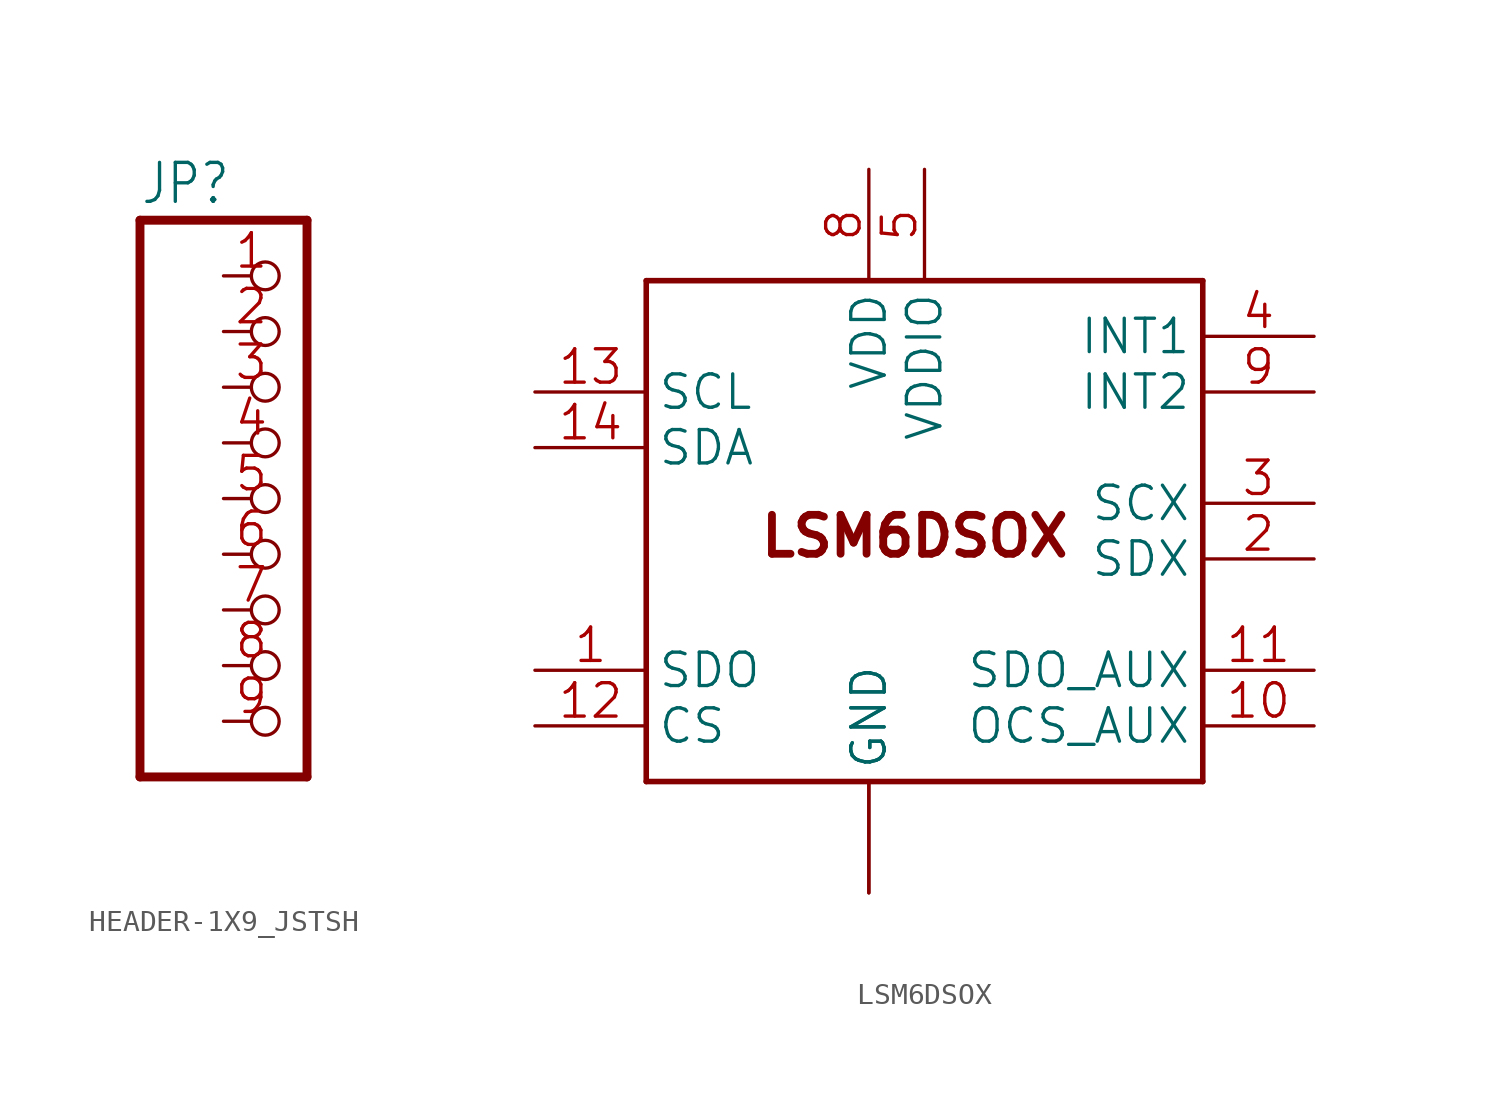
<source format=kicad_sym>
(kicad_symbol_lib
  (version 20241209)
  (generator "kicad_symbol_editor")
  (generator_version "9.0")
  (symbol "HEADER-1X9_JSTSH"
    (property "Reference" "JP"
      (at -6.35 13.335 0)
      (effects (font (size 1.778 1.511)) (justify left bottom)))
    (property "Value" ""
      (at -6.35 -15.24 0)
      (effects (font (size 1.778 1.511)) (justify left bottom)))
    (property "ki_locked" ""
      (at 0 0 0)
      (effects (font (size 1.27 1.27))))
    (symbol "HEADER-1X9_JSTSH_1_0"
      (polyline (pts (xy -6.35 12.7) (xy -6.35 -12.7)) (stroke (width 0.406) (type solid)) (fill (type none)))
      (polyline (pts (xy -6.35 -12.7) (xy 1.27 -12.7)) (stroke (width 0.406) (type solid)) (fill (type none)))
      (polyline (pts (xy 1.27 12.7) (xy -6.35 12.7)) (stroke (width 0.406) (type solid)) (fill (type none)))
      (polyline (pts (xy 1.27 -12.7) (xy 1.27 12.7)) (stroke (width 0.406) (type solid)) (fill (type none)))
      (pin passive inverted (at -2.54 10.16 0) (length 2.54) (name "1" (effects (font (size 0 0)))) (number "1" (effects (font (size 1.524 1.524)))))
      (pin passive inverted (at -2.54 7.62 0) (length 2.54) (name "2" (effects (font (size 0 0)))) (number "2" (effects (font (size 1.524 1.524)))))
      (pin passive inverted (at -2.54 5.08 0) (length 2.54) (name "3" (effects (font (size 0 0)))) (number "3" (effects (font (size 1.524 1.524)))))
      (pin passive inverted (at -2.54 2.54 0) (length 2.54) (name "4" (effects (font (size 0 0)))) (number "4" (effects (font (size 1.524 1.524)))))
      (pin passive inverted (at -2.54 0 0) (length 2.54) (name "5" (effects (font (size 0 0)))) (number "5" (effects (font (size 1.524 1.524)))))
      (pin passive inverted (at -2.54 -2.54 0) (length 2.54) (name "6" (effects (font (size 0 0)))) (number "6" (effects (font (size 1.524 1.524)))))
      (pin passive inverted (at -2.54 -5.08 0) (length 2.54) (name "7" (effects (font (size 0 0)))) (number "7" (effects (font (size 1.524 1.524)))))
      (pin passive inverted (at -2.54 -7.62 0) (length 2.54) (name "8" (effects (font (size 0 0)))) (number "8" (effects (font (size 1.524 1.524)))))
      (pin passive inverted (at -2.54 -10.16 0) (length 2.54) (name "9" (effects (font (size 0 0)))) (number "9" (effects (font (size 1.524 1.524)))))))
  (symbol "LSM6DSOX"
    (property "Reference" ""
      (at 0 0 0)
      (effects (font (size 1.27 1.27)) (hide yes)))
    (property "ki_locked" ""
      (at 0 0 0)
      (effects (font (size 1.27 1.27))))
    (symbol "LSM6DSOX_1_0"
      (polyline (pts (xy -10.16 10.16) (xy 15.24 10.16)) (stroke (width 0.254) (type solid)) (fill (type none)))
      (polyline (pts (xy -10.16 -12.7) (xy -10.16 10.16)) (stroke (width 0.254) (type solid)) (fill (type none)))
      (polyline (pts (xy 15.24 10.16) (xy 15.24 -12.7)) (stroke (width 0.254) (type solid)) (fill (type none)))
      (polyline (pts (xy 15.24 -12.7) (xy -10.16 -12.7)) (stroke (width 0.254) (type solid)) (fill (type none)))
      (text "LSM6DSOX" (at -5.08 -2.54 0) (effects (font (size 1.778 1.778) (thickness 0.356) (bold yes)) (justify left bottom)))
      (pin bidirectional line (at -15.24 5.08 0) (length 5.08) (name "SCL" (effects (font (size 1.524 1.524)))) (number "13" (effects (font (size 1.524 1.524)))))
      (pin bidirectional line (at -15.24 2.54 0) (length 5.08) (name "SDA" (effects (font (size 1.524 1.524)))) (number "14" (effects (font (size 1.524 1.524)))))
      (pin bidirectional line (at -15.24 -7.62 0) (length 5.08) (name "SDO" (effects (font (size 1.524 1.524)))) (number "1" (effects (font (size 1.524 1.524)))))
      (pin bidirectional line (at -15.24 -10.16 0) (length 5.08) (name "CS" (effects (font (size 1.524 1.524)))) (number "12" (effects (font (size 1.524 1.524)))))
      (pin power_in line (at 0 15.24 270) (length 5.08) (name "VDD" (effects (font (size 1.524 1.524)))) (number "8" (effects (font (size 1.524 1.524)))))
      (pin power_in line (at 0 -17.78 90) (length 5.08) (name "GND" (effects (font (size 1.524 1.524)))) (number "6" (effects (font (size 0 0)))))
      (pin power_in line (at 0 -17.78 90) (length 5.08) (name "GND" (effects (font (size 1.524 1.524)))) (number "7" (effects (font (size 0 0)))))
      (pin power_in line (at 2.54 15.24 270) (length 5.08) (name "VDDIO" (effects (font (size 1.524 1.524)))) (number "5" (effects (font (size 1.524 1.524)))))
      (pin bidirectional line (at 20.32 7.62 180) (length 5.08) (name "INT1" (effects (font (size 1.524 1.524)))) (number "4" (effects (font (size 1.524 1.524)))))
      (pin bidirectional line (at 20.32 5.08 180) (length 5.08) (name "INT2" (effects (font (size 1.524 1.524)))) (number "9" (effects (font (size 1.524 1.524)))))
      (pin bidirectional line (at 20.32 0 180) (length 5.08) (name "SCX" (effects (font (size 1.524 1.524)))) (number "3" (effects (font (size 1.524 1.524)))))
      (pin bidirectional line (at 20.32 -2.54 180) (length 5.08) (name "SDX" (effects (font (size 1.524 1.524)))) (number "2" (effects (font (size 1.524 1.524)))))
      (pin bidirectional line (at 20.32 -7.62 180) (length 5.08) (name "SDO_AUX" (effects (font (size 1.524 1.524)))) (number "11" (effects (font (size 1.524 1.524)))))
      (pin bidirectional line (at 20.32 -10.16 180) (length 5.08) (name "OCS_AUX" (effects (font (size 1.524 1.524)))) (number "10" (effects (font (size 1.524 1.524))))))))
</source>
